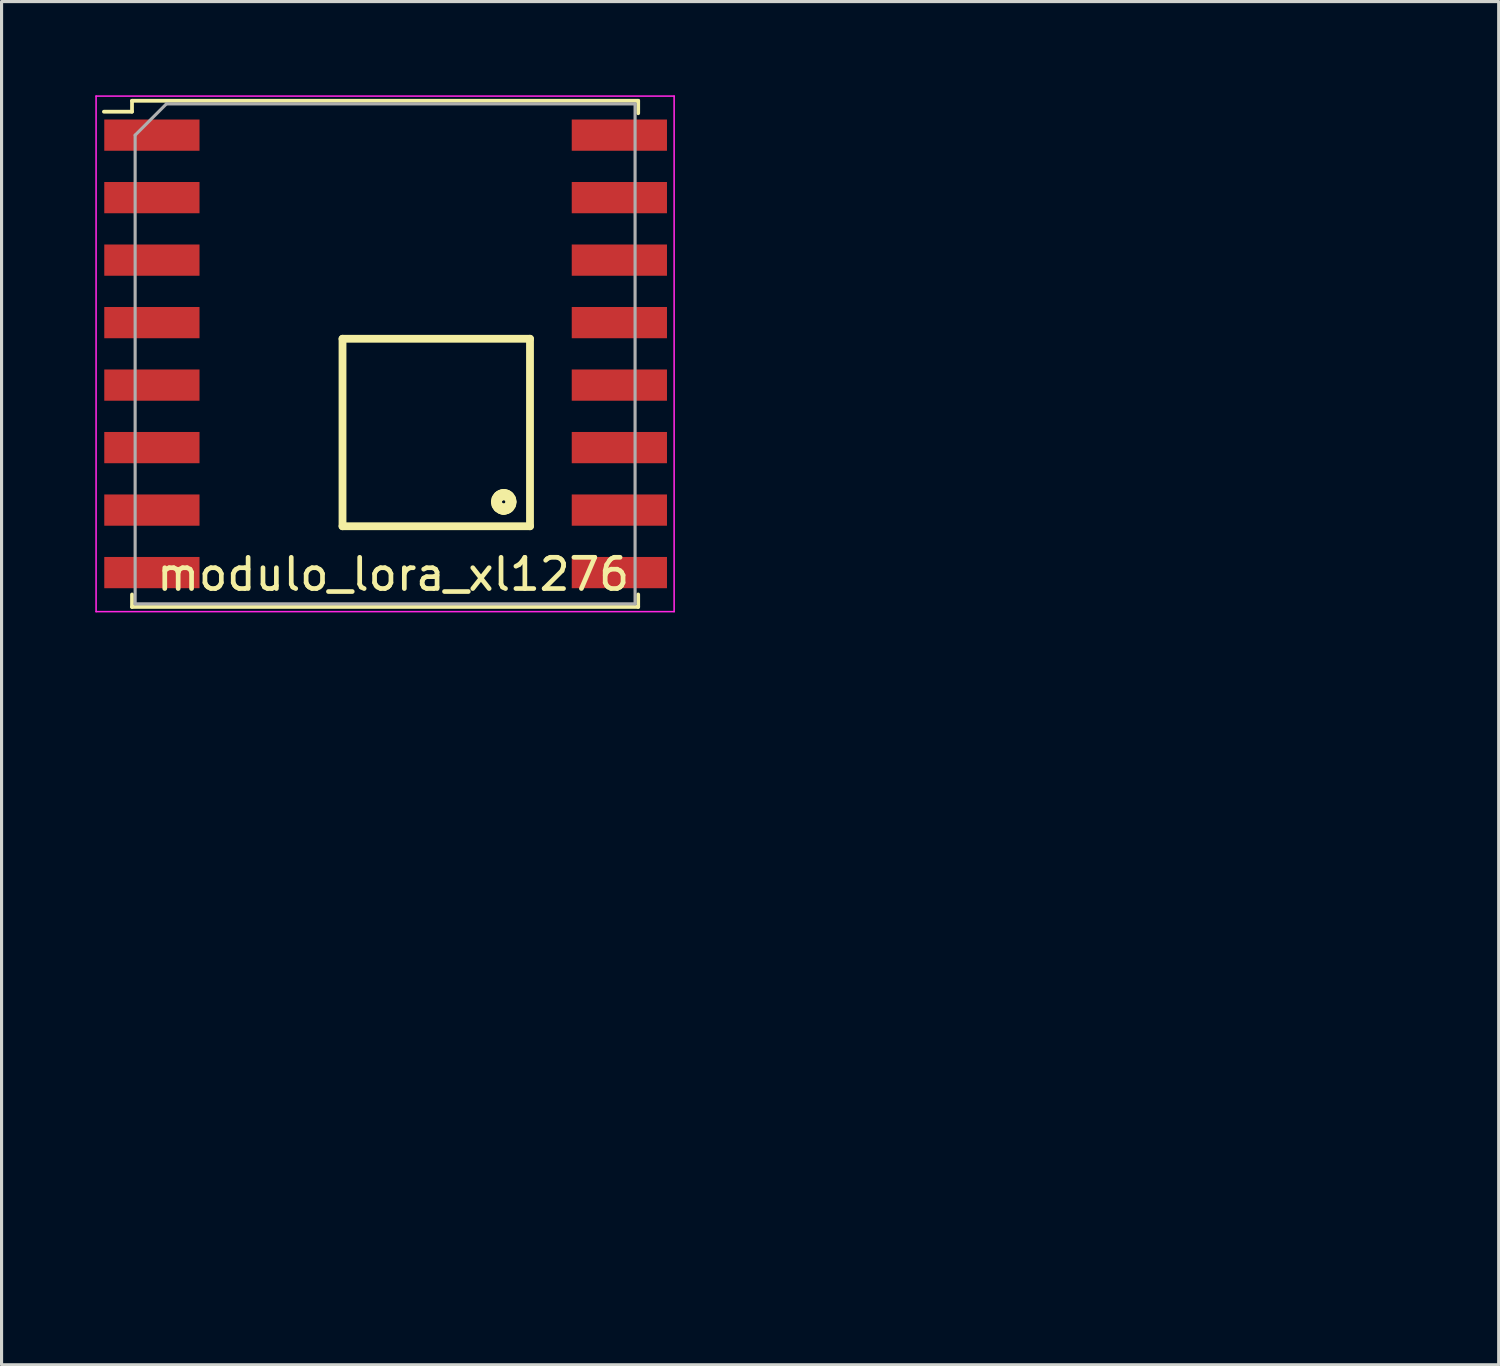
<source format=kicad_pcb>
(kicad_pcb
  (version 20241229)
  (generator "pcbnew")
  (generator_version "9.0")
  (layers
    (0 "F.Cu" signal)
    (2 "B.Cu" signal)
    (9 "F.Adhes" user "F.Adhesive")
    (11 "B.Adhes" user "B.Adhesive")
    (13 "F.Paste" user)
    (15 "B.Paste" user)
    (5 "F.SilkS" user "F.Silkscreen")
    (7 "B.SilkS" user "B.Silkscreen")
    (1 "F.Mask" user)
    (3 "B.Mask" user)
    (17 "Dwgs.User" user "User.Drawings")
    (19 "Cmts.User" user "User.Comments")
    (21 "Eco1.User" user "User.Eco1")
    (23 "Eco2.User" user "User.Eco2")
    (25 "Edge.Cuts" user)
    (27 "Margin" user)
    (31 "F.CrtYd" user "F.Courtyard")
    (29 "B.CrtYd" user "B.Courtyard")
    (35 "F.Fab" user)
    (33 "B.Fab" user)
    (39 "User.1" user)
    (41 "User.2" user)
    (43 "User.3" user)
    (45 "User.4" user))
  (footprint "modulo_lora_xl1276"
    (layer "F.Cu")
    (at 41.664 37.378)
    (property "Reference" "modulo_lora_xl1276" (at -32.131 -22.047 0) (unlocked yes) (layer "F.SilkS") (effects (font (size 1 1) (thickness 0.15))))
    (attr smd)
    (fp_line (start -40.489 -37.203) (end -40.489 -36.853) (stroke (width 0.12) (type solid)) (layer "F.SilkS"))
    (fp_line (start -40.489 -37.203) (end -24.289 -37.203) (stroke (width 0.12) (type solid)) (layer "F.SilkS"))
    (fp_line (start -40.489 -36.853) (end -41.389 -36.853) (stroke (width 0.12) (type solid)) (layer "F.SilkS"))
    (fp_line (start -40.489 -21.403) (end -40.489 -21.003) (stroke (width 0.12) (type solid)) (layer "F.SilkS"))
    (fp_line (start -40.489 -21.003) (end -24.289 -21.003) (stroke (width 0.12) (type solid)) (layer "F.SilkS"))
    (fp_line (start -33.752 -29.586) (end -27.752 -29.586) (stroke (width 0.25) (type solid)) (layer "F.SilkS"))
    (fp_line (start -33.752 -23.586) (end -33.752 -29.586) (stroke (width 0.25) (type solid)) (layer "F.SilkS"))
    (fp_line (start -27.752 -29.586) (end -27.752 -23.586) (stroke (width 0.25) (type solid)) (layer "F.SilkS"))
    (fp_line (start -27.752 -23.586) (end -33.752 -23.586) (stroke (width 0.25) (type solid)) (layer "F.SilkS"))
    (fp_line (start -24.289 -37.203) (end -24.289 -36.803) (stroke (width 0.12) (type solid)) (layer "F.SilkS"))
    (fp_line (start -24.289 -21.003) (end -24.289 -21.403) (stroke (width 0.12) (type solid)) (layer "F.SilkS"))
    (fp_curve (pts (xy -28.876 -24.366) (xy -28.876 -24.403) (xy -28.869 -24.44) (xy -28.854 -24.474)) (stroke (width 0.25) (type solid)) (layer "F.SilkS"))
    (fp_curve (pts (xy -28.854 -24.474) (xy -28.84 -24.509) (xy -28.819 -24.54) (xy -28.793 -24.566)) (stroke (width 0.25) (type solid)) (layer "F.SilkS"))
    (fp_curve (pts (xy -28.854 -24.257) (xy -28.869 -24.291) (xy -28.876 -24.328) (xy -28.876 -24.366)) (stroke (width 0.25) (type solid)) (layer "F.SilkS"))
    (fp_curve (pts (xy -28.793 -24.566) (xy -28.78 -24.58) (xy -28.766 -24.591) (xy -28.75 -24.601)) (stroke (width 0.25) (type solid)) (layer "F.SilkS"))
    (fp_curve (pts (xy -28.793 -24.165) (xy -28.819 -24.191) (xy -28.84 -24.223) (xy -28.854 -24.257)) (stroke (width 0.25) (type solid)) (layer "F.SilkS"))
    (fp_curve (pts (xy -28.772 -24.366) (xy -28.772 -24.319) (xy -28.753 -24.272) (xy -28.72 -24.238)) (stroke (width 0.25) (type solid)) (layer "F.SilkS"))
    (fp_curve (pts (xy -28.75 -24.601) (xy -28.734 -24.612) (xy -28.717 -24.621) (xy -28.698 -24.629)) (stroke (width 0.25) (type solid)) (layer "F.SilkS"))
    (fp_curve (pts (xy -28.72 -24.493) (xy -28.753 -24.46) (xy -28.772 -24.413) (xy -28.772 -24.366)) (stroke (width 0.25) (type solid)) (layer "F.SilkS"))
    (fp_curve (pts (xy -28.72 -24.238) (xy -28.686 -24.205) (xy -28.639 -24.185) (xy -28.592 -24.186)) (stroke (width 0.25) (type solid)) (layer "F.SilkS"))
    (fp_curve (pts (xy -28.698 -24.629) (xy -28.682 -24.636) (xy -28.664 -24.641) (xy -28.647 -24.644)) (stroke (width 0.25) (type solid)) (layer "F.SilkS"))
    (fp_curve (pts (xy -28.698 -24.102) (xy -28.734 -24.116) (xy -28.766 -24.138) (xy -28.793 -24.165)) (stroke (width 0.25) (type solid)) (layer "F.SilkS"))
    (fp_curve (pts (xy -28.663 -24.091) (xy -28.675 -24.094) (xy -28.687 -24.098) (xy -28.698 -24.102)) (stroke (width 0.25) (type solid)) (layer "F.SilkS"))
    (fp_curve (pts (xy -28.647 -24.644) (xy -28.629 -24.648) (xy -28.61 -24.649) (xy -28.592 -24.65)) (stroke (width 0.25) (type solid)) (layer "F.SilkS"))
    (fp_curve (pts (xy -28.628 -24.084) (xy -28.639 -24.085) (xy -28.651 -24.088) (xy -28.663 -24.091)) (stroke (width 0.25) (type solid)) (layer "F.SilkS"))
    (fp_curve (pts (xy -28.592 -24.65) (xy -28.573 -24.649) (xy -28.555 -24.648) (xy -28.536 -24.644)) (stroke (width 0.25) (type solid)) (layer "F.SilkS"))
    (fp_curve (pts (xy -28.592 -24.631) (xy -28.592 -24.638) (xy -28.592 -24.644) (xy -28.592 -24.65)) (stroke (width 0.25) (type solid)) (layer "F.SilkS"))
    (fp_curve (pts (xy -28.592 -24.546) (xy -28.639 -24.546) (xy -28.686 -24.526) (xy -28.72 -24.493)) (stroke (width 0.25) (type solid)) (layer "F.SilkS"))
    (fp_curve (pts (xy -28.592 -24.546) (xy -28.592 -24.574) (xy -28.592 -24.607) (xy -28.592 -24.631)) (stroke (width 0.25) (type solid)) (layer "F.SilkS"))
    (fp_curve (pts (xy -28.592 -24.186) (xy -28.545 -24.185) (xy -28.498 -24.205) (xy -28.465 -24.238)) (stroke (width 0.25) (type solid)) (layer "F.SilkS"))
    (fp_curve (pts (xy -28.592 -24.101) (xy -28.592 -24.124) (xy -28.592 -24.157) (xy -28.592 -24.186)) (stroke (width 0.25) (type solid)) (layer "F.SilkS"))
    (fp_curve (pts (xy -28.592 -24.082) (xy -28.592 -24.087) (xy -28.592 -24.093) (xy -28.592 -24.101)) (stroke (width 0.25) (type solid)) (layer "F.SilkS"))
    (fp_curve (pts (xy -28.592 -24.082) (xy -28.604 -24.082) (xy -28.616 -24.082) (xy -28.628 -24.084)) (stroke (width 0.25) (type solid)) (layer "F.SilkS"))
    (fp_curve (pts (xy -28.538 -24.087) (xy -28.556 -24.083) (xy -28.574 -24.083) (xy -28.592 -24.082)) (stroke (width 0.25) (type solid)) (layer "F.SilkS"))
    (fp_curve (pts (xy -28.536 -24.644) (xy -28.518 -24.641) (xy -28.501 -24.636) (xy -28.484 -24.629)) (stroke (width 0.25) (type solid)) (layer "F.SilkS"))
    (fp_curve (pts (xy -28.486 -24.102) (xy -28.503 -24.095) (xy -28.52 -24.09) (xy -28.538 -24.087)) (stroke (width 0.25) (type solid)) (layer "F.SilkS"))
    (fp_curve (pts (xy -28.484 -24.629) (xy -28.467 -24.622) (xy -28.451 -24.613) (xy -28.436 -24.603)) (stroke (width 0.25) (type solid)) (layer "F.SilkS"))
    (fp_curve (pts (xy -28.465 -24.238) (xy -28.432 -24.272) (xy -28.412 -24.319) (xy -28.412 -24.366)) (stroke (width 0.25) (type solid)) (layer "F.SilkS"))
    (fp_curve (pts (xy -28.465 -24.493) (xy -28.498 -24.526) (xy -28.545 -24.546) (xy -28.592 -24.546)) (stroke (width 0.25) (type solid)) (layer "F.SilkS"))
    (fp_curve (pts (xy -28.436 -24.603) (xy -28.42 -24.592) (xy -28.405 -24.58) (xy -28.391 -24.566)) (stroke (width 0.25) (type solid)) (layer "F.SilkS"))
    (fp_curve (pts (xy -28.434 -24.13) (xy -28.45 -24.119) (xy -28.468 -24.11) (xy -28.486 -24.102)) (stroke (width 0.25) (type solid)) (layer "F.SilkS"))
    (fp_curve (pts (xy -28.412 -24.366) (xy -28.412 -24.413) (xy -28.432 -24.46) (xy -28.465 -24.493)) (stroke (width 0.25) (type solid)) (layer "F.SilkS"))
    (fp_curve (pts (xy -28.391 -24.165) (xy -28.404 -24.152) (xy -28.419 -24.14) (xy -28.434 -24.13)) (stroke (width 0.25) (type solid)) (layer "F.SilkS"))
    (fp_curve (pts (xy -28.391 -24.566) (xy -28.365 -24.54) (xy -28.344 -24.509) (xy -28.33 -24.474)) (stroke (width 0.25) (type solid)) (layer "F.SilkS"))
    (fp_curve (pts (xy -28.33 -24.257) (xy -28.344 -24.223) (xy -28.365 -24.191) (xy -28.391 -24.165)) (stroke (width 0.25) (type solid)) (layer "F.SilkS"))
    (fp_curve (pts (xy -28.33 -24.474) (xy -28.316 -24.44) (xy -28.308 -24.403) (xy -28.308 -24.366)) (stroke (width 0.25) (type solid)) (layer "F.SilkS"))
    (fp_curve (pts (xy -28.308 -24.366) (xy -28.308 -24.328) (xy -28.316 -24.291) (xy -28.33 -24.257)) (stroke (width 0.25) (type solid)) (layer "F.SilkS"))
    (fp_line (start -41.639 -37.353) (end -23.139 -37.353) (stroke (width 0.05) (type solid)) (layer "F.CrtYd"))
    (fp_line (start -41.639 -20.853) (end -41.639 -37.353) (stroke (width 0.05) (type solid)) (layer "F.CrtYd"))
    (fp_line (start -41.639 -20.853) (end -23.139 -20.853) (stroke (width 0.05) (type solid)) (layer "F.CrtYd"))
    (fp_line (start -23.139 -37.353) (end -23.139 -20.853) (stroke (width 0.05) (type solid)) (layer "F.CrtYd"))
    (fp_line (start -40.389 -21.103) (end -40.389 -36.103) (stroke (width 0.1) (type solid)) (layer "F.Fab"))
    (fp_line (start -40.389 -21.103) (end -24.389 -21.103) (stroke (width 0.1) (type solid)) (layer "F.Fab"))
    (fp_line (start -39.389 -37.103) (end -40.389 -36.103) (stroke (width 0.1) (type solid)) (layer "F.Fab"))
    (fp_line (start -39.389 -37.103) (end -24.389 -37.103) (stroke (width 0.1) (type solid)) (layer "F.Fab"))
    (fp_line (start -24.389 -21.103) (end -24.389 -37.103) (stroke (width 0.1) (type solid)) (layer "F.Fab"))
    (pad "1" smd rect (at -39.853 -36.103) (size 3.048 1) (layers "F.Cu" "F.Mask" "F.Paste"))
    (pad "2" smd rect (at -39.853 -34.103) (size 3.048 1) (layers "F.Cu" "F.Mask" "F.Paste"))
    (pad "3" smd rect (at -39.853 -32.103) (size 3.048 1) (layers "F.Cu" "F.Mask" "F.Paste"))
    (pad "4" smd rect (at -39.853 -30.103) (size 3.048 1) (layers "F.Cu" "F.Mask" "F.Paste"))
    (pad "5" smd rect (at -39.853 -28.103) (size 3.048 1) (layers "F.Cu" "F.Mask" "F.Paste"))
    (pad "6" smd rect (at -39.853 -26.103) (size 3.048 1) (layers "F.Cu" "F.Mask" "F.Paste"))
    (pad "7" smd rect (at -39.853 -24.103) (size 3.048 1) (layers "F.Cu" "F.Mask" "F.Paste"))
    (pad "8" smd rect (at -39.853 -22.103) (size 3.048 1) (layers "F.Cu" "F.Mask" "F.Paste"))
    (pad "9" smd rect (at -24.892 -22.103) (size 3.048 1) (layers "F.Cu" "F.Mask" "F.Paste"))
    (pad "10" smd rect (at -24.892 -24.103) (size 3.048 1) (layers "F.Cu" "F.Mask" "F.Paste"))
    (pad "11" smd rect (at -24.892 -26.103) (size 3.048 1) (layers "F.Cu" "F.Mask" "F.Paste"))
    (pad "12" smd rect (at -24.892 -28.103) (size 3.048 1) (layers "F.Cu" "F.Mask" "F.Paste"))
    (pad "13" smd rect (at -24.892 -30.103) (size 3.048 1) (layers "F.Cu" "F.Mask" "F.Paste"))
    (pad "14" smd rect (at -24.892 -32.103) (size 3.048 1) (layers "F.Cu" "F.Mask" "F.Paste"))
    (pad "15" smd rect (at -24.892 -34.103) (size 3.048 1) (layers "F.Cu" "F.Mask" "F.Paste"))
    (pad "16" smd rect (at -24.892 -36.103) (size 3.048 1) (layers "F.Cu" "F.Mask" "F.Paste")))
  (gr_rect
    (start -3 -3)
    (end 44.914 40.628)
    (stroke (width 0.1) (type default))
    (fill no)
    (layer "Edge.Cuts")))
</source>
